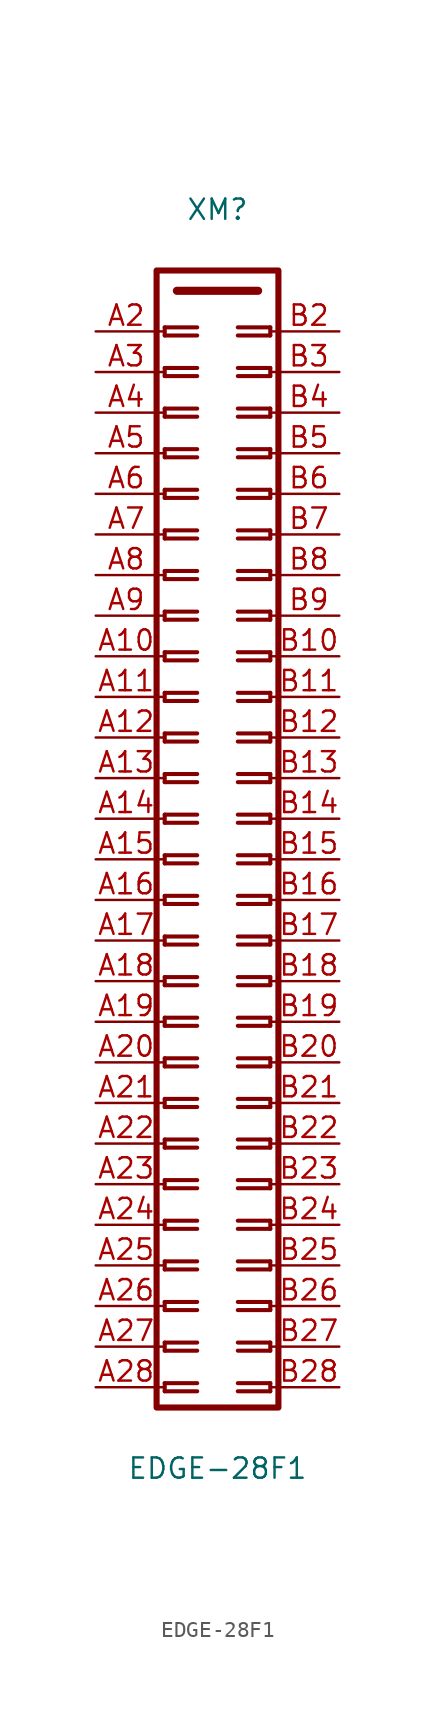
<source format=kicad_sym>
(kicad_symbol_lib
  (version 20231120)
  (generator "kicad_symbol_editor")
  (generator_version "8.0")
  (symbol "EDGE-28F1"
    (pin_names
      (offset 1.016))
    (property "Reference" "XM"
      (at 0 39.37 0)
      (effects (font (size 1.27 1.27))))
    (property "Value" "EDGE-28F1"
      (at 0 -39.37 0)
      (effects (font (size 1.27 1.27))))
    (symbol "EDGE-28F1_0_0"
      (polyline (pts (xy -2.54 34.29) (xy 2.54 34.29)) (stroke (width 0.508) (type default)) (fill (type none))))
    (symbol "EDGE-28F1_0_1"
      (rectangle (start -3.81 35.56) (end 3.81 -35.56) (stroke (width 0.381) (type default)) (fill (type none)))
      (polyline (pts (xy -3.81 -34.29) (xy -3.302 -34.29)) (stroke (width 0) (type default)) (fill (type none)))
      (polyline (pts (xy -3.81 -31.75) (xy -3.302 -31.75)) (stroke (width 0) (type default)) (fill (type none)))
      (polyline (pts (xy -3.81 -29.21) (xy -3.302 -29.21)) (stroke (width 0) (type default)) (fill (type none)))
      (polyline (pts (xy -3.81 -26.67) (xy -3.302 -26.67)) (stroke (width 0) (type default)) (fill (type none)))
      (polyline (pts (xy -3.81 -24.13) (xy -3.302 -24.13)) (stroke (width 0) (type default)) (fill (type none)))
      (polyline (pts (xy -3.81 -21.59) (xy -3.302 -21.59)) (stroke (width 0) (type default)) (fill (type none)))
      (polyline (pts (xy -3.81 -19.05) (xy -3.302 -19.05)) (stroke (width 0) (type default)) (fill (type none)))
      (polyline (pts (xy -3.81 -16.51) (xy -3.302 -16.51)) (stroke (width 0) (type default)) (fill (type none)))
      (polyline (pts (xy -3.81 -13.97) (xy -3.302 -13.97)) (stroke (width 0) (type default)) (fill (type none)))
      (polyline (pts (xy -3.81 -11.43) (xy -3.302 -11.43)) (stroke (width 0) (type default)) (fill (type none)))
      (polyline (pts (xy -3.81 -8.89) (xy -3.302 -8.89)) (stroke (width 0) (type default)) (fill (type none)))
      (polyline (pts (xy -3.81 -6.35) (xy -3.302 -6.35)) (stroke (width 0) (type default)) (fill (type none)))
      (polyline (pts (xy -3.81 -3.81) (xy -3.302 -3.81)) (stroke (width 0) (type default)) (fill (type none)))
      (polyline (pts (xy -3.81 -1.27) (xy -3.302 -1.27)) (stroke (width 0) (type default)) (fill (type none)))
      (polyline (pts (xy -3.81 1.27) (xy -3.302 1.27)) (stroke (width 0) (type default)) (fill (type none)))
      (polyline (pts (xy -3.81 3.81) (xy -3.302 3.81)) (stroke (width 0) (type default)) (fill (type none)))
      (polyline (pts (xy -3.81 6.35) (xy -3.302 6.35)) (stroke (width 0) (type default)) (fill (type none)))
      (polyline (pts (xy -3.81 8.89) (xy -3.302 8.89)) (stroke (width 0) (type default)) (fill (type none)))
      (polyline (pts (xy -3.81 11.43) (xy -3.302 11.43)) (stroke (width 0) (type default)) (fill (type none)))
      (polyline (pts (xy -3.81 13.97) (xy -3.302 13.97)) (stroke (width 0) (type default)) (fill (type none)))
      (polyline (pts (xy -3.81 16.51) (xy -3.302 16.51)) (stroke (width 0) (type default)) (fill (type none)))
      (polyline (pts (xy -3.81 19.05) (xy -3.302 19.05)) (stroke (width 0) (type default)) (fill (type none)))
      (polyline (pts (xy -3.81 21.59) (xy -3.302 21.59)) (stroke (width 0) (type default)) (fill (type none)))
      (polyline (pts (xy -3.81 24.13) (xy -3.302 24.13)) (stroke (width 0) (type default)) (fill (type none)))
      (polyline (pts (xy -3.81 26.67) (xy -3.302 26.67)) (stroke (width 0) (type default)) (fill (type none)))
      (polyline (pts (xy -3.81 29.21) (xy -3.302 29.21)) (stroke (width 0) (type default)) (fill (type none)))
      (polyline (pts (xy -3.81 31.75) (xy -3.302 31.75)) (stroke (width 0) (type default)) (fill (type none)))
      (polyline (pts (xy -3.302 -34.544) (xy -3.302 -34.036)) (stroke (width 0.254) (type default)) (fill (type none)))
      (polyline (pts (xy -3.302 -34.544) (xy -1.27 -34.544)) (stroke (width 0.254) (type default)) (fill (type none)))
      (polyline (pts (xy -3.302 -34.036) (xy -1.27 -34.036)) (stroke (width 0.254) (type default)) (fill (type none)))
      (polyline (pts (xy -3.302 -32.004) (xy -3.302 -31.496)) (stroke (width 0.254) (type default)) (fill (type none)))
      (polyline (pts (xy -3.302 -32.004) (xy -1.27 -32.004)) (stroke (width 0.254) (type default)) (fill (type none)))
      (polyline (pts (xy -3.302 -31.496) (xy -1.27 -31.496)) (stroke (width 0.254) (type default)) (fill (type none)))
      (polyline (pts (xy -3.302 -29.464) (xy -3.302 -28.956)) (stroke (width 0.254) (type default)) (fill (type none)))
      (polyline (pts (xy -3.302 -29.464) (xy -1.27 -29.464)) (stroke (width 0.254) (type default)) (fill (type none)))
      (polyline (pts (xy -3.302 -28.956) (xy -1.27 -28.956)) (stroke (width 0.254) (type default)) (fill (type none)))
      (polyline (pts (xy -3.302 -26.924) (xy -3.302 -26.416)) (stroke (width 0.254) (type default)) (fill (type none)))
      (polyline (pts (xy -3.302 -26.924) (xy -1.27 -26.924)) (stroke (width 0.254) (type default)) (fill (type none)))
      (polyline (pts (xy -3.302 -26.416) (xy -1.27 -26.416)) (stroke (width 0.254) (type default)) (fill (type none)))
      (polyline (pts (xy -3.302 -24.384) (xy -3.302 -23.876)) (stroke (width 0.254) (type default)) (fill (type none)))
      (polyline (pts (xy -3.302 -24.384) (xy -1.27 -24.384)) (stroke (width 0.254) (type default)) (fill (type none)))
      (polyline (pts (xy -3.302 -23.876) (xy -1.27 -23.876)) (stroke (width 0.254) (type default)) (fill (type none)))
      (polyline (pts (xy -3.302 -21.844) (xy -3.302 -21.336)) (stroke (width 0.254) (type default)) (fill (type none)))
      (polyline (pts (xy -3.302 -21.844) (xy -1.27 -21.844)) (stroke (width 0.254) (type default)) (fill (type none)))
      (polyline (pts (xy -3.302 -21.336) (xy -1.27 -21.336)) (stroke (width 0.254) (type default)) (fill (type none)))
      (polyline (pts (xy -3.302 -19.304) (xy -3.302 -18.796)) (stroke (width 0.254) (type default)) (fill (type none)))
      (polyline (pts (xy -3.302 -19.304) (xy -1.27 -19.304)) (stroke (width 0.254) (type default)) (fill (type none)))
      (polyline (pts (xy -3.302 -18.796) (xy -1.27 -18.796)) (stroke (width 0.254) (type default)) (fill (type none)))
      (polyline (pts (xy -3.302 -16.764) (xy -3.302 -16.256)) (stroke (width 0.254) (type default)) (fill (type none)))
      (polyline (pts (xy -3.302 -16.764) (xy -1.27 -16.764)) (stroke (width 0.254) (type default)) (fill (type none)))
      (polyline (pts (xy -3.302 -16.256) (xy -1.27 -16.256)) (stroke (width 0.254) (type default)) (fill (type none)))
      (polyline (pts (xy -3.302 -14.224) (xy -3.302 -13.716)) (stroke (width 0.254) (type default)) (fill (type none)))
      (polyline (pts (xy -3.302 -14.224) (xy -1.27 -14.224)) (stroke (width 0.254) (type default)) (fill (type none)))
      (polyline (pts (xy -3.302 -13.716) (xy -1.27 -13.716)) (stroke (width 0.254) (type default)) (fill (type none)))
      (polyline (pts (xy -3.302 -11.684) (xy -3.302 -11.176)) (stroke (width 0.254) (type default)) (fill (type none)))
      (polyline (pts (xy -3.302 -11.684) (xy -1.27 -11.684)) (stroke (width 0.254) (type default)) (fill (type none)))
      (polyline (pts (xy -3.302 -11.176) (xy -1.27 -11.176)) (stroke (width 0.254) (type default)) (fill (type none)))
      (polyline (pts (xy -3.302 -9.144) (xy -3.302 -8.636)) (stroke (width 0.254) (type default)) (fill (type none)))
      (polyline (pts (xy -3.302 -9.144) (xy -1.27 -9.144)) (stroke (width 0.254) (type default)) (fill (type none)))
      (polyline (pts (xy -3.302 -8.636) (xy -1.27 -8.636)) (stroke (width 0.254) (type default)) (fill (type none)))
      (polyline (pts (xy -3.302 -6.604) (xy -3.302 -6.096)) (stroke (width 0.254) (type default)) (fill (type none)))
      (polyline (pts (xy -3.302 -6.604) (xy -1.27 -6.604)) (stroke (width 0.254) (type default)) (fill (type none)))
      (polyline (pts (xy -3.302 -6.096) (xy -1.27 -6.096)) (stroke (width 0.254) (type default)) (fill (type none)))
      (polyline (pts (xy -3.302 -4.064) (xy -3.302 -3.556)) (stroke (width 0.254) (type default)) (fill (type none)))
      (polyline (pts (xy -3.302 -4.064) (xy -1.27 -4.064)) (stroke (width 0.254) (type default)) (fill (type none)))
      (polyline (pts (xy -3.302 -3.556) (xy -1.27 -3.556)) (stroke (width 0.254) (type default)) (fill (type none)))
      (polyline (pts (xy -3.302 -1.524) (xy -3.302 -1.016)) (stroke (width 0.254) (type default)) (fill (type none)))
      (polyline (pts (xy -3.302 -1.524) (xy -1.27 -1.524)) (stroke (width 0.254) (type default)) (fill (type none)))
      (polyline (pts (xy -3.302 -1.016) (xy -1.27 -1.016)) (stroke (width 0.254) (type default)) (fill (type none)))
      (polyline (pts (xy -3.302 1.016) (xy -3.302 1.524)) (stroke (width 0.254) (type default)) (fill (type none)))
      (polyline (pts (xy -3.302 1.016) (xy -1.27 1.016)) (stroke (width 0.254) (type default)) (fill (type none)))
      (polyline (pts (xy -3.302 1.524) (xy -1.27 1.524)) (stroke (width 0.254) (type default)) (fill (type none)))
      (polyline (pts (xy -3.302 3.556) (xy -3.302 4.064)) (stroke (width 0.254) (type default)) (fill (type none)))
      (polyline (pts (xy -3.302 3.556) (xy -1.27 3.556)) (stroke (width 0.254) (type default)) (fill (type none)))
      (polyline (pts (xy -3.302 4.064) (xy -1.27 4.064)) (stroke (width 0.254) (type default)) (fill (type none)))
      (polyline (pts (xy -3.302 6.096) (xy -3.302 6.604)) (stroke (width 0.254) (type default)) (fill (type none)))
      (polyline (pts (xy -3.302 6.096) (xy -1.27 6.096)) (stroke (width 0.254) (type default)) (fill (type none)))
      (polyline (pts (xy -3.302 6.604) (xy -1.27 6.604)) (stroke (width 0.254) (type default)) (fill (type none)))
      (polyline (pts (xy -3.302 8.636) (xy -3.302 9.144)) (stroke (width 0.254) (type default)) (fill (type none)))
      (polyline (pts (xy -3.302 8.636) (xy -1.27 8.636)) (stroke (width 0.254) (type default)) (fill (type none)))
      (polyline (pts (xy -3.302 9.144) (xy -1.27 9.144)) (stroke (width 0.254) (type default)) (fill (type none)))
      (polyline (pts (xy -3.302 11.176) (xy -3.302 11.684)) (stroke (width 0.254) (type default)) (fill (type none)))
      (polyline (pts (xy -3.302 11.176) (xy -1.27 11.176)) (stroke (width 0.254) (type default)) (fill (type none)))
      (polyline (pts (xy -3.302 11.684) (xy -1.27 11.684)) (stroke (width 0.254) (type default)) (fill (type none)))
      (polyline (pts (xy -3.302 13.716) (xy -3.302 14.224)) (stroke (width 0.254) (type default)) (fill (type none)))
      (polyline (pts (xy -3.302 13.716) (xy -1.27 13.716)) (stroke (width 0.254) (type default)) (fill (type none)))
      (polyline (pts (xy -3.302 14.224) (xy -1.27 14.224)) (stroke (width 0.254) (type default)) (fill (type none)))
      (polyline (pts (xy -3.302 16.256) (xy -3.302 16.764)) (stroke (width 0.254) (type default)) (fill (type none)))
      (polyline (pts (xy -3.302 16.256) (xy -1.27 16.256)) (stroke (width 0.254) (type default)) (fill (type none)))
      (polyline (pts (xy -3.302 16.764) (xy -1.27 16.764)) (stroke (width 0.254) (type default)) (fill (type none)))
      (polyline (pts (xy -3.302 18.796) (xy -3.302 19.304)) (stroke (width 0.254) (type default)) (fill (type none)))
      (polyline (pts (xy -3.302 18.796) (xy -1.27 18.796)) (stroke (width 0.254) (type default)) (fill (type none)))
      (polyline (pts (xy -3.302 19.304) (xy -1.27 19.304)) (stroke (width 0.254) (type default)) (fill (type none)))
      (polyline (pts (xy -3.302 21.336) (xy -3.302 21.844)) (stroke (width 0.254) (type default)) (fill (type none)))
      (polyline (pts (xy -3.302 21.336) (xy -1.27 21.336)) (stroke (width 0.254) (type default)) (fill (type none)))
      (polyline (pts (xy -3.302 21.844) (xy -1.27 21.844)) (stroke (width 0.254) (type default)) (fill (type none)))
      (polyline (pts (xy -3.302 23.876) (xy -3.302 24.384)) (stroke (width 0.254) (type default)) (fill (type none)))
      (polyline (pts (xy -3.302 23.876) (xy -1.27 23.876)) (stroke (width 0.254) (type default)) (fill (type none)))
      (polyline (pts (xy -3.302 24.384) (xy -1.27 24.384)) (stroke (width 0.254) (type default)) (fill (type none)))
      (polyline (pts (xy -3.302 26.416) (xy -3.302 26.924)) (stroke (width 0.254) (type default)) (fill (type none)))
      (polyline (pts (xy -3.302 26.416) (xy -1.27 26.416)) (stroke (width 0.254) (type default)) (fill (type none)))
      (polyline (pts (xy -3.302 26.924) (xy -1.27 26.924)) (stroke (width 0.254) (type default)) (fill (type none)))
      (polyline (pts (xy -3.302 28.956) (xy -3.302 29.464)) (stroke (width 0.254) (type default)) (fill (type none)))
      (polyline (pts (xy -3.302 28.956) (xy -1.27 28.956)) (stroke (width 0.254) (type default)) (fill (type none)))
      (polyline (pts (xy -3.302 29.464) (xy -1.27 29.464)) (stroke (width 0.254) (type default)) (fill (type none)))
      (polyline (pts (xy -3.302 31.496) (xy -3.302 32.004)) (stroke (width 0.254) (type default)) (fill (type none)))
      (polyline (pts (xy -3.302 31.496) (xy -1.27 31.496)) (stroke (width 0.254) (type default)) (fill (type none)))
      (polyline (pts (xy -3.302 32.004) (xy -1.27 32.004)) (stroke (width 0.254) (type default)) (fill (type none)))
      (polyline (pts (xy 3.302 -34.544) (xy 1.27 -34.544)) (stroke (width 0.254) (type default)) (fill (type none)))
      (polyline (pts (xy 3.302 -34.544) (xy 3.302 -34.036)) (stroke (width 0.254) (type default)) (fill (type none)))
      (polyline (pts (xy 3.302 -34.036) (xy 1.27 -34.036)) (stroke (width 0.254) (type default)) (fill (type none)))
      (polyline (pts (xy 3.302 -32.004) (xy 1.27 -32.004)) (stroke (width 0.254) (type default)) (fill (type none)))
      (polyline (pts (xy 3.302 -32.004) (xy 3.302 -31.496)) (stroke (width 0.254) (type default)) (fill (type none)))
      (polyline (pts (xy 3.302 -31.496) (xy 1.27 -31.496)) (stroke (width 0.254) (type default)) (fill (type none)))
      (polyline (pts (xy 3.302 -29.464) (xy 1.27 -29.464)) (stroke (width 0.254) (type default)) (fill (type none)))
      (polyline (pts (xy 3.302 -29.464) (xy 3.302 -28.956)) (stroke (width 0.254) (type default)) (fill (type none)))
      (polyline (pts (xy 3.302 -28.956) (xy 1.27 -28.956)) (stroke (width 0.254) (type default)) (fill (type none)))
      (polyline (pts (xy 3.302 -26.924) (xy 1.27 -26.924)) (stroke (width 0.254) (type default)) (fill (type none)))
      (polyline (pts (xy 3.302 -26.924) (xy 3.302 -26.416)) (stroke (width 0.254) (type default)) (fill (type none)))
      (polyline (pts (xy 3.302 -26.416) (xy 1.27 -26.416)) (stroke (width 0.254) (type default)) (fill (type none)))
      (polyline (pts (xy 3.302 -24.384) (xy 1.27 -24.384)) (stroke (width 0.254) (type default)) (fill (type none)))
      (polyline (pts (xy 3.302 -24.384) (xy 3.302 -23.876)) (stroke (width 0.254) (type default)) (fill (type none)))
      (polyline (pts (xy 3.302 -23.876) (xy 1.27 -23.876)) (stroke (width 0.254) (type default)) (fill (type none)))
      (polyline (pts (xy 3.302 -21.844) (xy 1.27 -21.844)) (stroke (width 0.254) (type default)) (fill (type none)))
      (polyline (pts (xy 3.302 -21.844) (xy 3.302 -21.336)) (stroke (width 0.254) (type default)) (fill (type none)))
      (polyline (pts (xy 3.302 -21.336) (xy 1.27 -21.336)) (stroke (width 0.254) (type default)) (fill (type none)))
      (polyline (pts (xy 3.302 -19.304) (xy 1.27 -19.304)) (stroke (width 0.254) (type default)) (fill (type none)))
      (polyline (pts (xy 3.302 -19.304) (xy 3.302 -18.796)) (stroke (width 0.254) (type default)) (fill (type none)))
      (polyline (pts (xy 3.302 -18.796) (xy 1.27 -18.796)) (stroke (width 0.254) (type default)) (fill (type none)))
      (polyline (pts (xy 3.302 -16.764) (xy 1.27 -16.764)) (stroke (width 0.254) (type default)) (fill (type none)))
      (polyline (pts (xy 3.302 -16.764) (xy 3.302 -16.256)) (stroke (width 0.254) (type default)) (fill (type none)))
      (polyline (pts (xy 3.302 -16.256) (xy 1.27 -16.256)) (stroke (width 0.254) (type default)) (fill (type none)))
      (polyline (pts (xy 3.302 -14.224) (xy 1.27 -14.224)) (stroke (width 0.254) (type default)) (fill (type none)))
      (polyline (pts (xy 3.302 -14.224) (xy 3.302 -13.716)) (stroke (width 0.254) (type default)) (fill (type none)))
      (polyline (pts (xy 3.302 -13.716) (xy 1.27 -13.716)) (stroke (width 0.254) (type default)) (fill (type none)))
      (polyline (pts (xy 3.302 -11.684) (xy 1.27 -11.684)) (stroke (width 0.254) (type default)) (fill (type none)))
      (polyline (pts (xy 3.302 -11.684) (xy 3.302 -11.176)) (stroke (width 0.254) (type default)) (fill (type none)))
      (polyline (pts (xy 3.302 -11.176) (xy 1.27 -11.176)) (stroke (width 0.254) (type default)) (fill (type none)))
      (polyline (pts (xy 3.302 -9.144) (xy 1.27 -9.144)) (stroke (width 0.254) (type default)) (fill (type none)))
      (polyline (pts (xy 3.302 -9.144) (xy 3.302 -8.636)) (stroke (width 0.254) (type default)) (fill (type none)))
      (polyline (pts (xy 3.302 -8.636) (xy 1.27 -8.636)) (stroke (width 0.254) (type default)) (fill (type none)))
      (polyline (pts (xy 3.302 -6.604) (xy 1.27 -6.604)) (stroke (width 0.254) (type default)) (fill (type none)))
      (polyline (pts (xy 3.302 -6.604) (xy 3.302 -6.096)) (stroke (width 0.254) (type default)) (fill (type none)))
      (polyline (pts (xy 3.302 -6.096) (xy 1.27 -6.096)) (stroke (width 0.254) (type default)) (fill (type none)))
      (polyline (pts (xy 3.302 -4.064) (xy 1.27 -4.064)) (stroke (width 0.254) (type default)) (fill (type none)))
      (polyline (pts (xy 3.302 -4.064) (xy 3.302 -3.556)) (stroke (width 0.254) (type default)) (fill (type none)))
      (polyline (pts (xy 3.302 -3.556) (xy 1.27 -3.556)) (stroke (width 0.254) (type default)) (fill (type none)))
      (polyline (pts (xy 3.302 -1.524) (xy 1.27 -1.524)) (stroke (width 0.254) (type default)) (fill (type none)))
      (polyline (pts (xy 3.302 -1.524) (xy 3.302 -1.016)) (stroke (width 0.254) (type default)) (fill (type none)))
      (polyline (pts (xy 3.302 -1.016) (xy 1.27 -1.016)) (stroke (width 0.254) (type default)) (fill (type none)))
      (polyline (pts (xy 3.302 1.016) (xy 1.27 1.016)) (stroke (width 0.254) (type default)) (fill (type none)))
      (polyline (pts (xy 3.302 1.016) (xy 3.302 1.524)) (stroke (width 0.254) (type default)) (fill (type none)))
      (polyline (pts (xy 3.302 1.524) (xy 1.27 1.524)) (stroke (width 0.254) (type default)) (fill (type none)))
      (polyline (pts (xy 3.302 3.556) (xy 1.27 3.556)) (stroke (width 0.254) (type default)) (fill (type none)))
      (polyline (pts (xy 3.302 3.556) (xy 3.302 4.064)) (stroke (width 0.254) (type default)) (fill (type none)))
      (polyline (pts (xy 3.302 4.064) (xy 1.27 4.064)) (stroke (width 0.254) (type default)) (fill (type none)))
      (polyline (pts (xy 3.302 6.096) (xy 1.27 6.096)) (stroke (width 0.254) (type default)) (fill (type none)))
      (polyline (pts (xy 3.302 6.096) (xy 3.302 6.604)) (stroke (width 0.254) (type default)) (fill (type none)))
      (polyline (pts (xy 3.302 6.604) (xy 1.27 6.604)) (stroke (width 0.254) (type default)) (fill (type none)))
      (polyline (pts (xy 3.302 8.636) (xy 1.27 8.636)) (stroke (width 0.254) (type default)) (fill (type none)))
      (polyline (pts (xy 3.302 8.636) (xy 3.302 9.144)) (stroke (width 0.254) (type default)) (fill (type none)))
      (polyline (pts (xy 3.302 9.144) (xy 1.27 9.144)) (stroke (width 0.254) (type default)) (fill (type none)))
      (polyline (pts (xy 3.302 11.176) (xy 1.27 11.176)) (stroke (width 0.254) (type default)) (fill (type none)))
      (polyline (pts (xy 3.302 11.176) (xy 3.302 11.684)) (stroke (width 0.254) (type default)) (fill (type none)))
      (polyline (pts (xy 3.302 11.684) (xy 1.27 11.684)) (stroke (width 0.254) (type default)) (fill (type none)))
      (polyline (pts (xy 3.302 13.716) (xy 1.27 13.716)) (stroke (width 0.254) (type default)) (fill (type none)))
      (polyline (pts (xy 3.302 13.716) (xy 3.302 14.224)) (stroke (width 0.254) (type default)) (fill (type none)))
      (polyline (pts (xy 3.302 14.224) (xy 1.27 14.224)) (stroke (width 0.254) (type default)) (fill (type none)))
      (polyline (pts (xy 3.302 16.256) (xy 1.27 16.256)) (stroke (width 0.254) (type default)) (fill (type none)))
      (polyline (pts (xy 3.302 16.256) (xy 3.302 16.764)) (stroke (width 0.254) (type default)) (fill (type none)))
      (polyline (pts (xy 3.302 16.764) (xy 1.27 16.764)) (stroke (width 0.254) (type default)) (fill (type none)))
      (polyline (pts (xy 3.302 18.796) (xy 1.27 18.796)) (stroke (width 0.254) (type default)) (fill (type none)))
      (polyline (pts (xy 3.302 18.796) (xy 3.302 19.304)) (stroke (width 0.254) (type default)) (fill (type none)))
      (polyline (pts (xy 3.302 19.304) (xy 1.27 19.304)) (stroke (width 0.254) (type default)) (fill (type none)))
      (polyline (pts (xy 3.302 21.336) (xy 1.27 21.336)) (stroke (width 0.254) (type default)) (fill (type none)))
      (polyline (pts (xy 3.302 21.336) (xy 3.302 21.844)) (stroke (width 0.254) (type default)) (fill (type none)))
      (polyline (pts (xy 3.302 21.844) (xy 1.27 21.844)) (stroke (width 0.254) (type default)) (fill (type none)))
      (polyline (pts (xy 3.302 23.876) (xy 1.27 23.876)) (stroke (width 0.254) (type default)) (fill (type none)))
      (polyline (pts (xy 3.302 23.876) (xy 3.302 24.384)) (stroke (width 0.254) (type default)) (fill (type none)))
      (polyline (pts (xy 3.302 24.384) (xy 1.27 24.384)) (stroke (width 0.254) (type default)) (fill (type none)))
      (polyline (pts (xy 3.302 26.416) (xy 1.27 26.416)) (stroke (width 0.254) (type default)) (fill (type none)))
      (polyline (pts (xy 3.302 26.416) (xy 3.302 26.924)) (stroke (width 0.254) (type default)) (fill (type none)))
      (polyline (pts (xy 3.302 26.924) (xy 1.27 26.924)) (stroke (width 0.254) (type default)) (fill (type none)))
      (polyline (pts (xy 3.302 28.956) (xy 1.27 28.956)) (stroke (width 0.254) (type default)) (fill (type none)))
      (polyline (pts (xy 3.302 28.956) (xy 3.302 29.464)) (stroke (width 0.254) (type default)) (fill (type none)))
      (polyline (pts (xy 3.302 29.464) (xy 1.27 29.464)) (stroke (width 0.254) (type default)) (fill (type none)))
      (polyline (pts (xy 3.302 31.496) (xy 1.27 31.496)) (stroke (width 0.254) (type default)) (fill (type none)))
      (polyline (pts (xy 3.302 31.496) (xy 3.302 32.004)) (stroke (width 0.254) (type default)) (fill (type none)))
      (polyline (pts (xy 3.302 32.004) (xy 1.27 32.004)) (stroke (width 0.254) (type default)) (fill (type none)))
      (polyline (pts (xy 3.81 -34.29) (xy 3.302 -34.29)) (stroke (width 0) (type default)) (fill (type none)))
      (polyline (pts (xy 3.81 -31.75) (xy 3.302 -31.75)) (stroke (width 0) (type default)) (fill (type none)))
      (polyline (pts (xy 3.81 -29.21) (xy 3.302 -29.21)) (stroke (width 0) (type default)) (fill (type none)))
      (polyline (pts (xy 3.81 -26.67) (xy 3.302 -26.67)) (stroke (width 0) (type default)) (fill (type none)))
      (polyline (pts (xy 3.81 -24.13) (xy 3.302 -24.13)) (stroke (width 0) (type default)) (fill (type none)))
      (polyline (pts (xy 3.81 -21.59) (xy 3.302 -21.59)) (stroke (width 0) (type default)) (fill (type none)))
      (polyline (pts (xy 3.81 -19.05) (xy 3.302 -19.05)) (stroke (width 0) (type default)) (fill (type none)))
      (polyline (pts (xy 3.81 -16.51) (xy 3.302 -16.51)) (stroke (width 0) (type default)) (fill (type none)))
      (polyline (pts (xy 3.81 -13.97) (xy 3.302 -13.97)) (stroke (width 0) (type default)) (fill (type none)))
      (polyline (pts (xy 3.81 -11.43) (xy 3.302 -11.43)) (stroke (width 0) (type default)) (fill (type none)))
      (polyline (pts (xy 3.81 -8.89) (xy 3.302 -8.89)) (stroke (width 0) (type default)) (fill (type none)))
      (polyline (pts (xy 3.81 -6.35) (xy 3.302 -6.35)) (stroke (width 0) (type default)) (fill (type none)))
      (polyline (pts (xy 3.81 -3.81) (xy 3.302 -3.81)) (stroke (width 0) (type default)) (fill (type none)))
      (polyline (pts (xy 3.81 -1.27) (xy 3.302 -1.27)) (stroke (width 0) (type default)) (fill (type none)))
      (polyline (pts (xy 3.81 1.27) (xy 3.302 1.27)) (stroke (width 0) (type default)) (fill (type none)))
      (polyline (pts (xy 3.81 3.81) (xy 3.302 3.81)) (stroke (width 0) (type default)) (fill (type none)))
      (polyline (pts (xy 3.81 6.35) (xy 3.302 6.35)) (stroke (width 0) (type default)) (fill (type none)))
      (polyline (pts (xy 3.81 8.89) (xy 3.302 8.89)) (stroke (width 0) (type default)) (fill (type none)))
      (polyline (pts (xy 3.81 11.43) (xy 3.302 11.43)) (stroke (width 0) (type default)) (fill (type none)))
      (polyline (pts (xy 3.81 13.97) (xy 3.302 13.97)) (stroke (width 0) (type default)) (fill (type none)))
      (polyline (pts (xy 3.81 16.51) (xy 3.302 16.51)) (stroke (width 0) (type default)) (fill (type none)))
      (polyline (pts (xy 3.81 19.05) (xy 3.302 19.05)) (stroke (width 0) (type default)) (fill (type none)))
      (polyline (pts (xy 3.81 21.59) (xy 3.302 21.59)) (stroke (width 0) (type default)) (fill (type none)))
      (polyline (pts (xy 3.81 24.13) (xy 3.302 24.13)) (stroke (width 0) (type default)) (fill (type none)))
      (polyline (pts (xy 3.81 26.67) (xy 3.302 26.67)) (stroke (width 0) (type default)) (fill (type none)))
      (polyline (pts (xy 3.81 29.21) (xy 3.302 29.21)) (stroke (width 0) (type default)) (fill (type none)))
      (polyline (pts (xy 3.81 31.75) (xy 3.302 31.75)) (stroke (width 0) (type default)) (fill (type none))))
    (symbol "EDGE-28F1_1_1"
      (pin passive line (at -7.62 11.43 0) (length 3.81) (name "~" (effects (font (size 1.27 1.27)))) (number "A10" (effects (font (size 1.27 1.27)))))
      (pin passive line (at -7.62 8.89 0) (length 3.81) (name "~" (effects (font (size 1.27 1.27)))) (number "A11" (effects (font (size 1.27 1.27)))))
      (pin passive line (at -7.62 6.35 0) (length 3.81) (name "~" (effects (font (size 1.27 1.27)))) (number "A12" (effects (font (size 1.27 1.27)))))
      (pin passive line (at -7.62 3.81 0) (length 3.81) (name "~" (effects (font (size 1.27 1.27)))) (number "A13" (effects (font (size 1.27 1.27)))))
      (pin passive line (at -7.62 1.27 0) (length 3.81) (name "~" (effects (font (size 1.27 1.27)))) (number "A14" (effects (font (size 1.27 1.27)))))
      (pin passive line (at -7.62 -1.27 0) (length 3.81) (name "~" (effects (font (size 1.27 1.27)))) (number "A15" (effects (font (size 1.27 1.27)))))
      (pin passive line (at -7.62 -3.81 0) (length 3.81) (name "~" (effects (font (size 1.27 1.27)))) (number "A16" (effects (font (size 1.27 1.27)))))
      (pin passive line (at -7.62 -6.35 0) (length 3.81) (name "~" (effects (font (size 1.27 1.27)))) (number "A17" (effects (font (size 1.27 1.27)))))
      (pin passive line (at -7.62 -8.89 0) (length 3.81) (name "~" (effects (font (size 1.27 1.27)))) (number "A18" (effects (font (size 1.27 1.27)))))
      (pin passive line (at -7.62 -11.43 0) (length 3.81) (name "~" (effects (font (size 1.27 1.27)))) (number "A19" (effects (font (size 1.27 1.27)))))
      (pin passive line (at -7.62 31.75 0) (length 3.81) (name "~" (effects (font (size 1.27 1.27)))) (number "A2" (effects (font (size 1.27 1.27)))))
      (pin passive line (at -7.62 -13.97 0) (length 3.81) (name "~" (effects (font (size 1.27 1.27)))) (number "A20" (effects (font (size 1.27 1.27)))))
      (pin passive line (at -7.62 -16.51 0) (length 3.81) (name "~" (effects (font (size 1.27 1.27)))) (number "A21" (effects (font (size 1.27 1.27)))))
      (pin passive line (at -7.62 -19.05 0) (length 3.81) (name "~" (effects (font (size 1.27 1.27)))) (number "A22" (effects (font (size 1.27 1.27)))))
      (pin passive line (at -7.62 -21.59 0) (length 3.81) (name "~" (effects (font (size 1.27 1.27)))) (number "A23" (effects (font (size 1.27 1.27)))))
      (pin passive line (at -7.62 -24.13 0) (length 3.81) (name "~" (effects (font (size 1.27 1.27)))) (number "A24" (effects (font (size 1.27 1.27)))))
      (pin passive line (at -7.62 -26.67 0) (length 3.81) (name "~" (effects (font (size 1.27 1.27)))) (number "A25" (effects (font (size 1.27 1.27)))))
      (pin passive line (at -7.62 -29.21 0) (length 3.81) (name "~" (effects (font (size 1.27 1.27)))) (number "A26" (effects (font (size 1.27 1.27)))))
      (pin passive line (at -7.62 -31.75 0) (length 3.81) (name "~" (effects (font (size 1.27 1.27)))) (number "A27" (effects (font (size 1.27 1.27)))))
      (pin passive line (at -7.62 -34.29 0) (length 3.81) (name "~" (effects (font (size 1.27 1.27)))) (number "A28" (effects (font (size 1.27 1.27)))))
      (pin passive line (at -7.62 29.21 0) (length 3.81) (name "~" (effects (font (size 1.27 1.27)))) (number "A3" (effects (font (size 1.27 1.27)))))
      (pin passive line (at -7.62 26.67 0) (length 3.81) (name "~" (effects (font (size 1.27 1.27)))) (number "A4" (effects (font (size 1.27 1.27)))))
      (pin passive line (at -7.62 24.13 0) (length 3.81) (name "~" (effects (font (size 1.27 1.27)))) (number "A5" (effects (font (size 1.27 1.27)))))
      (pin passive line (at -7.62 21.59 0) (length 3.81) (name "~" (effects (font (size 1.27 1.27)))) (number "A6" (effects (font (size 1.27 1.27)))))
      (pin passive line (at -7.62 19.05 0) (length 3.81) (name "~" (effects (font (size 1.27 1.27)))) (number "A7" (effects (font (size 1.27 1.27)))))
      (pin passive line (at -7.62 16.51 0) (length 3.81) (name "~" (effects (font (size 1.27 1.27)))) (number "A8" (effects (font (size 1.27 1.27)))))
      (pin passive line (at -7.62 13.97 0) (length 3.81) (name "~" (effects (font (size 1.27 1.27)))) (number "A9" (effects (font (size 1.27 1.27)))))
      (pin passive line (at 7.62 11.43 180) (length 3.81) (name "~" (effects (font (size 1.27 1.27)))) (number "B10" (effects (font (size 1.27 1.27)))))
      (pin passive line (at 7.62 8.89 180) (length 3.81) (name "~" (effects (font (size 1.27 1.27)))) (number "B11" (effects (font (size 1.27 1.27)))))
      (pin passive line (at 7.62 6.35 180) (length 3.81) (name "~" (effects (font (size 1.27 1.27)))) (number "B12" (effects (font (size 1.27 1.27)))))
      (pin passive line (at 7.62 3.81 180) (length 3.81) (name "~" (effects (font (size 1.27 1.27)))) (number "B13" (effects (font (size 1.27 1.27)))))
      (pin passive line (at 7.62 1.27 180) (length 3.81) (name "~" (effects (font (size 1.27 1.27)))) (number "B14" (effects (font (size 1.27 1.27)))))
      (pin passive line (at 7.62 -1.27 180) (length 3.81) (name "~" (effects (font (size 1.27 1.27)))) (number "B15" (effects (font (size 1.27 1.27)))))
      (pin passive line (at 7.62 -3.81 180) (length 3.81) (name "~" (effects (font (size 1.27 1.27)))) (number "B16" (effects (font (size 1.27 1.27)))))
      (pin passive line (at 7.62 -6.35 180) (length 3.81) (name "~" (effects (font (size 1.27 1.27)))) (number "B17" (effects (font (size 1.27 1.27)))))
      (pin passive line (at 7.62 -8.89 180) (length 3.81) (name "~" (effects (font (size 1.27 1.27)))) (number "B18" (effects (font (size 1.27 1.27)))))
      (pin passive line (at 7.62 -11.43 180) (length 3.81) (name "~" (effects (font (size 1.27 1.27)))) (number "B19" (effects (font (size 1.27 1.27)))))
      (pin passive line (at 7.62 31.75 180) (length 3.81) (name "~" (effects (font (size 1.27 1.27)))) (number "B2" (effects (font (size 1.27 1.27)))))
      (pin passive line (at 7.62 -13.97 180) (length 3.81) (name "~" (effects (font (size 1.27 1.27)))) (number "B20" (effects (font (size 1.27 1.27)))))
      (pin passive line (at 7.62 -16.51 180) (length 3.81) (name "~" (effects (font (size 1.27 1.27)))) (number "B21" (effects (font (size 1.27 1.27)))))
      (pin passive line (at 7.62 -19.05 180) (length 3.81) (name "~" (effects (font (size 1.27 1.27)))) (number "B22" (effects (font (size 1.27 1.27)))))
      (pin passive line (at 7.62 -21.59 180) (length 3.81) (name "~" (effects (font (size 1.27 1.27)))) (number "B23" (effects (font (size 1.27 1.27)))))
      (pin passive line (at 7.62 -24.13 180) (length 3.81) (name "~" (effects (font (size 1.27 1.27)))) (number "B24" (effects (font (size 1.27 1.27)))))
      (pin passive line (at 7.62 -26.67 180) (length 3.81) (name "~" (effects (font (size 1.27 1.27)))) (number "B25" (effects (font (size 1.27 1.27)))))
      (pin passive line (at 7.62 -29.21 180) (length 3.81) (name "~" (effects (font (size 1.27 1.27)))) (number "B26" (effects (font (size 1.27 1.27)))))
      (pin passive line (at 7.62 -31.75 180) (length 3.81) (name "~" (effects (font (size 1.27 1.27)))) (number "B27" (effects (font (size 1.27 1.27)))))
      (pin passive line (at 7.62 -34.29 180) (length 3.81) (name "~" (effects (font (size 1.27 1.27)))) (number "B28" (effects (font (size 1.27 1.27)))))
      (pin passive line (at 7.62 29.21 180) (length 3.81) (name "~" (effects (font (size 1.27 1.27)))) (number "B3" (effects (font (size 1.27 1.27)))))
      (pin passive line (at 7.62 26.67 180) (length 3.81) (name "~" (effects (font (size 1.27 1.27)))) (number "B4" (effects (font (size 1.27 1.27)))))
      (pin passive line (at 7.62 24.13 180) (length 3.81) (name "~" (effects (font (size 1.27 1.27)))) (number "B5" (effects (font (size 1.27 1.27)))))
      (pin passive line (at 7.62 21.59 180) (length 3.81) (name "~" (effects (font (size 1.27 1.27)))) (number "B6" (effects (font (size 1.27 1.27)))))
      (pin passive line (at 7.62 19.05 180) (length 3.81) (name "~" (effects (font (size 1.27 1.27)))) (number "B7" (effects (font (size 1.27 1.27)))))
      (pin passive line (at 7.62 16.51 180) (length 3.81) (name "~" (effects (font (size 1.27 1.27)))) (number "B8" (effects (font (size 1.27 1.27)))))
      (pin passive line (at 7.62 13.97 180) (length 3.81) (name "~" (effects (font (size 1.27 1.27)))) (number "B9" (effects (font (size 1.27 1.27))))))))
</source>
